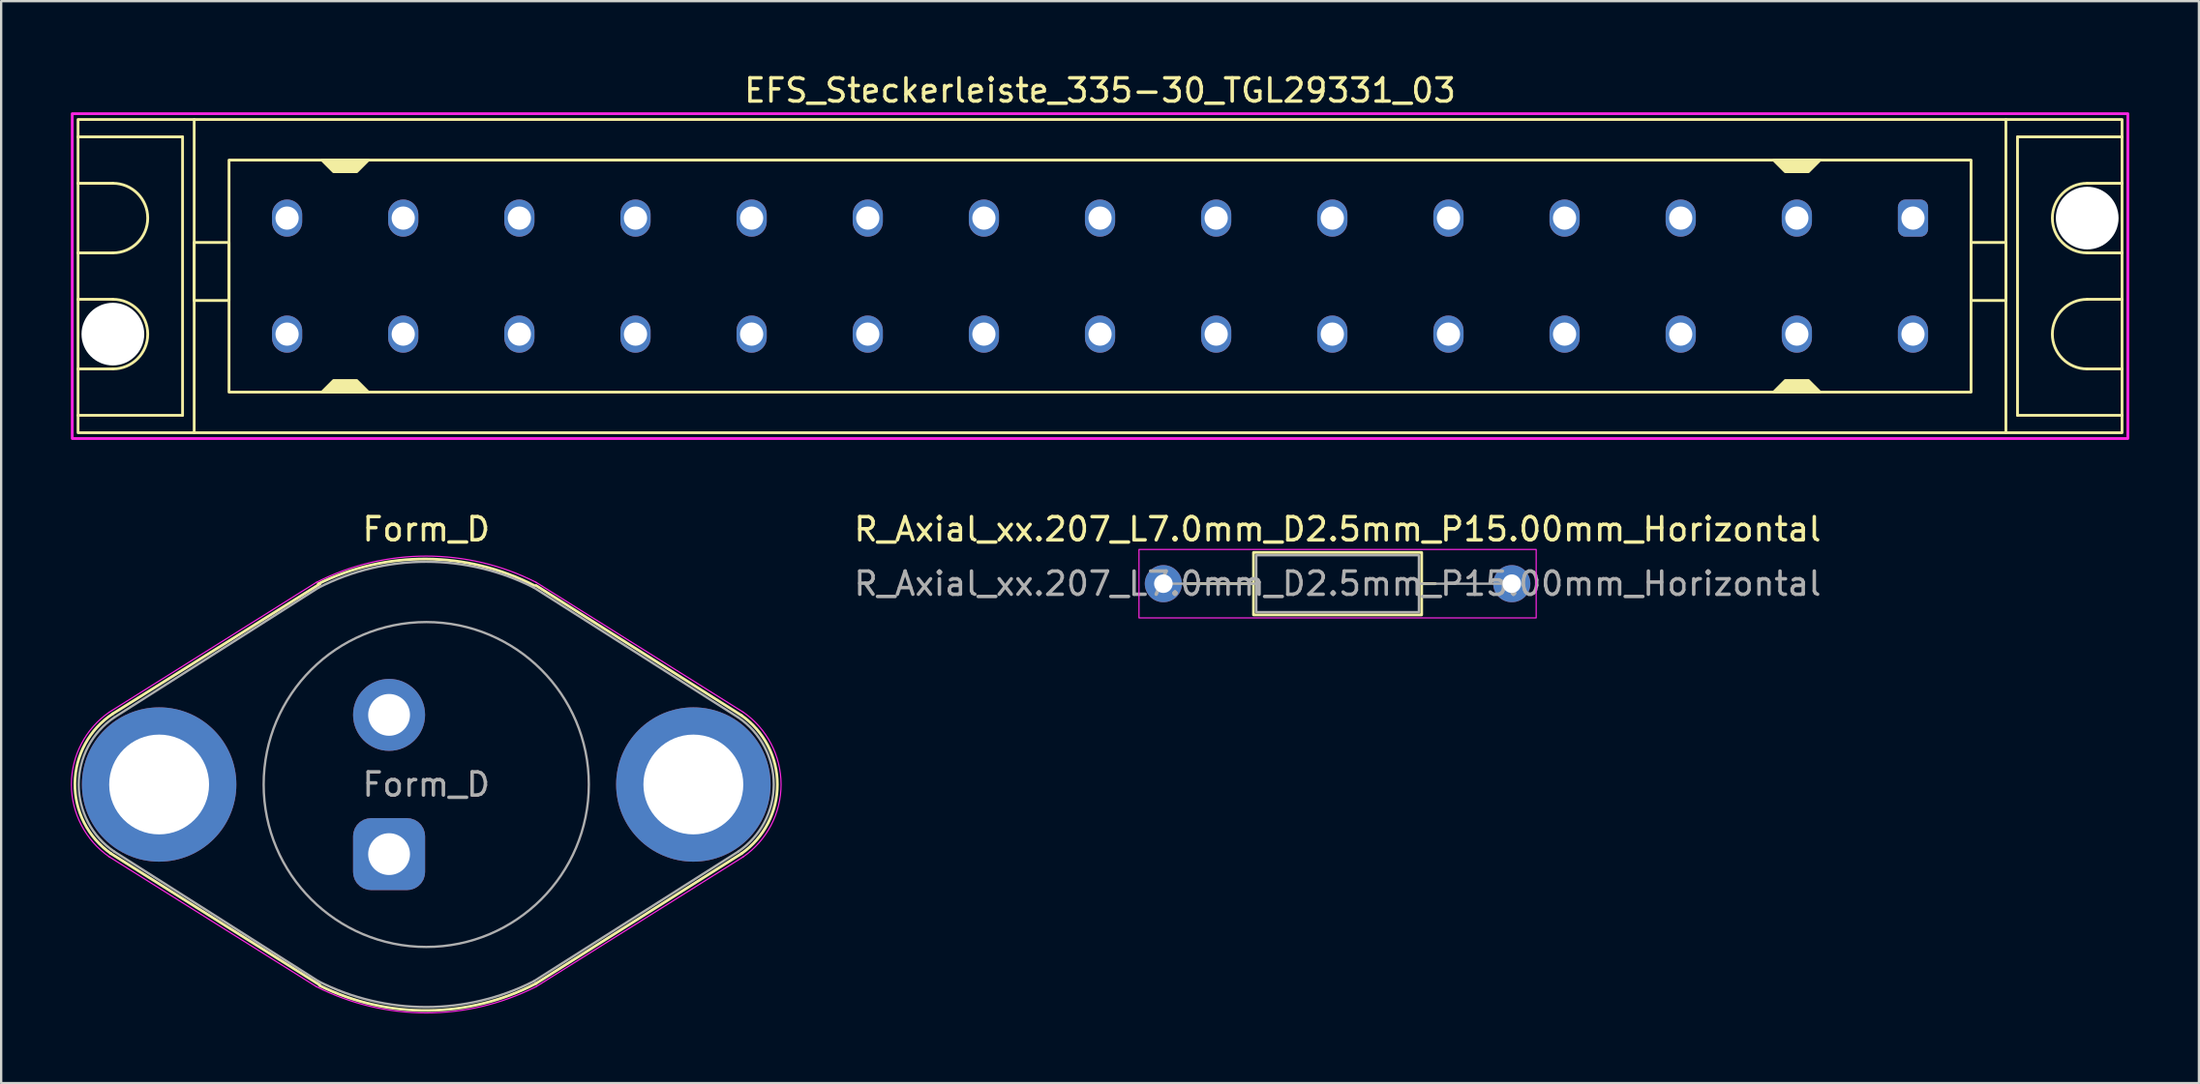
<source format=kicad_pcb>
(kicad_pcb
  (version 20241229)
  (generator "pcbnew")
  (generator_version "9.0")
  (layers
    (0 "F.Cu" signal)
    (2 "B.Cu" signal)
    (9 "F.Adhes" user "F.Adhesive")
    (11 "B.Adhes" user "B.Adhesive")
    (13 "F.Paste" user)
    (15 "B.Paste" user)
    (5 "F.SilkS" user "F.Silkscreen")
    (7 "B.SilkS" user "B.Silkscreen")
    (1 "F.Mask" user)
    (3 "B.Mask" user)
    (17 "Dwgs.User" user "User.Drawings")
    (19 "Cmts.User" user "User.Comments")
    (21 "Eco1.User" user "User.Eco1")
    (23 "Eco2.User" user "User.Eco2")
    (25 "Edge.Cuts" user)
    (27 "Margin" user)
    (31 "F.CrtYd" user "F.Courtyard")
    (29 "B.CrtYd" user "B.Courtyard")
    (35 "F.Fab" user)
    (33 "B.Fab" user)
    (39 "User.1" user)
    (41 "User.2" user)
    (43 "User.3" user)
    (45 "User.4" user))
  (footprint "Form_D"
    (layer "F.Cu")
    (at 15.301 30.756)
    (property "Reference" "Form_D" (at 0 -11 0) (layer "F.SilkS") (effects (font (size 1 1) (thickness 0.15))))
    (attr through_hole)
    (fp_line (start -4.575 -8.645) (end -13.5 -3.045) (stroke (width 0.12) (type solid)) (layer "F.SilkS"))
    (fp_line (start -4.575 8.645) (end -13.575 2.975) (stroke (width 0.12) (type solid)) (layer "F.SilkS"))
    (fp_line (start 4.725 -8.575) (end 13.575 -2.975) (stroke (width 0.12) (type solid)) (layer "F.SilkS"))
    (fp_line (start 4.725 8.575) (end 13.575 2.975) (stroke (width 0.12) (type solid)) (layer "F.SilkS"))
    (fp_arc (start -13.575 2.975) (mid -15.125958 -0.05479) (end -13.5 -3.045) (stroke (width 0.12) (type solid)) (layer "F.SilkS"))
    (fp_arc (start -4.65 -8.645) (mid 0.008321 -9.715559) (end 4.65 -8.575) (stroke (width 0.12) (type solid)) (layer "F.SilkS"))
    (fp_arc (start 4.725 8.575) (mid 0.076121 9.736623) (end -4.59375 8.6625) (stroke (width 0.12) (type solid)) (layer "F.SilkS"))
    (fp_arc (start 13.575 -2.975) (mid 15.116511 0) (end 13.575 2.975) (stroke (width 0.12) (type solid)) (layer "F.SilkS"))
    (fp_line (start -4.725 -8.715) (end -13.65 -3.115) (stroke (width 0.05) (type solid)) (layer "F.CrtYd"))
    (fp_line (start -4.725 8.715) (end -13.65 3.115) (stroke (width 0.05) (type solid)) (layer "F.CrtYd"))
    (fp_line (start 4.725 -8.715) (end 13.65 -3.115) (stroke (width 0.05) (type solid)) (layer "F.CrtYd"))
    (fp_line (start 4.725 8.715) (end 13.65 3.115) (stroke (width 0.05) (type solid)) (layer "F.CrtYd"))
    (fp_arc (start -13.65 3.115) (mid -15.276328 0) (end -13.65 -3.115) (stroke (width 0.05) (type solid)) (layer "F.CrtYd"))
    (fp_arc (start -4.725 -8.715) (mid 0 -9.842419) (end 4.725 -8.715) (stroke (width 0.05) (type solid)) (layer "F.CrtYd"))
    (fp_arc (start 4.725 8.715) (mid 0 9.842417) (end -4.725 8.715) (stroke (width 0.05) (type solid)) (layer "F.CrtYd"))
    (fp_arc (start 13.65 -3.115) (mid 15.276327 0) (end 13.65 3.115) (stroke (width 0.05) (type solid)) (layer "F.CrtYd"))
    (fp_line (start -4.635 -8.484) (end -13.432 -2.891) (stroke (width 0.1) (type solid)) (layer "F.Fab"))
    (fp_line (start -4.635 8.484) (end -13.432 2.891) (stroke (width 0.1) (type solid)) (layer "F.Fab"))
    (fp_line (start 4.635 -8.484) (end 13.432 -2.891) (stroke (width 0.1) (type solid)) (layer "F.Fab"))
    (fp_line (start 4.635 8.477) (end 13.432 2.891) (stroke (width 0.1) (type solid)) (layer "F.Fab"))
    (fp_arc (start -13.4325 2.891) (mid -14.962205 0) (end -13.4325 -2.891) (stroke (width 0.1) (type solid)) (layer "F.Fab"))
    (fp_arc (start -4.635 -8.484) (mid 0 -9.597496) (end 4.635 -8.484) (stroke (width 0.1) (type solid)) (layer "F.Fab"))
    (fp_arc (start 4.635 8.477) (mid 0.000838 9.590552) (end -4.635 8.484) (stroke (width 0.1) (type solid)) (layer "F.Fab"))
    (fp_arc (start 13.4325 -2.891) (mid 14.962202 0) (end 13.4325 2.891) (stroke (width 0.1) (type solid)) (layer "F.Fab"))
    (fp_circle (center -11.5 0) (end -9.5 0) (stroke (width 0.1) (type solid)) (fill no) (layer "F.Fab"))
    (fp_circle (center 0 0) (end 7 0) (stroke (width 0.1) (type solid)) (fill no) (layer "F.Fab"))
    (fp_circle (center 11.5 0) (end 13.5 0) (stroke (width 0.1) (type solid)) (fill no) (layer "F.Fab"))
    (fp_text user "${REFERENCE}" (at 0 0 0) (layer "F.Fab") (effects (font (size 1 1) (thickness 0.15))))
    (pad "1" thru_hole roundrect (at -1.6 3) (size 3.1 3.1) (drill 1.8) (layers "*.Cu" "*.Mask") (roundrect_rratio 0.25))
    (pad "2" thru_hole circle (at -1.6 -3) (size 3.1 3.1) (drill 1.8) (layers "*.Cu" "*.Mask"))
    (pad "3" thru_hole circle (at -11.5 0) (size 6.65 6.65) (drill 4.3) (layers "*.Cu" "*.Mask"))
    (pad "3" thru_hole circle (at 11.5 0) (size 6.65 6.65) (drill 4.3) (layers "*.Cu" "*.Mask")))
  (footprint "EFS_Steckerleiste_335-30_TGL29331_03"
    (layer "F.Cu")
    (at 44.31 8.848)
    (property "Reference" "EFS_Steckerleiste_335-30_TGL29331_03" (at 0 -8 180) (layer "F.SilkS") (effects (font (size 1 1) (thickness 0.15))))
    (attr through_hole)
    (fp_line (start -44 -6) (end -39.5 -6) (stroke (width 0.12) (type solid)) (layer "F.SilkS"))
    (fp_line (start -42.5 -4) (end -44 -4) (stroke (width 0.12) (type solid)) (layer "F.SilkS"))
    (fp_line (start -42.5 -1) (end -44 -1) (stroke (width 0.12) (type solid)) (layer "F.SilkS"))
    (fp_line (start -42.5 1) (end -44 1) (stroke (width 0.12) (type solid)) (layer "F.SilkS"))
    (fp_line (start -42.5 4) (end -44 4) (stroke (width 0.12) (type solid)) (layer "F.SilkS"))
    (fp_line (start -39.5 -6) (end -39.5 6) (stroke (width 0.12) (type solid)) (layer "F.SilkS"))
    (fp_line (start -39.5 6) (end -44 6) (stroke (width 0.12) (type solid)) (layer "F.SilkS"))
    (fp_line (start -39 6.75) (end -39 -6.75) (stroke (width 0.12) (type solid)) (layer "F.SilkS"))
    (fp_line (start 39 6.75) (end 39 -6.75) (stroke (width 0.12) (type solid)) (layer "F.SilkS"))
    (fp_line (start 39.5 -6) (end 39.5 6) (stroke (width 0.12) (type solid)) (layer "F.SilkS"))
    (fp_line (start 39.5 6) (end 44 6) (stroke (width 0.12) (type solid)) (layer "F.SilkS"))
    (fp_line (start 42.5 -4) (end 44 -4) (stroke (width 0.12) (type solid)) (layer "F.SilkS"))
    (fp_line (start 42.5 -1) (end 44 -1) (stroke (width 0.12) (type solid)) (layer "F.SilkS"))
    (fp_line (start 42.5 1) (end 44 1) (stroke (width 0.12) (type solid)) (layer "F.SilkS"))
    (fp_line (start 42.5 4) (end 44 4) (stroke (width 0.12) (type solid)) (layer "F.SilkS"))
    (fp_line (start 44 -6) (end 39.5 -6) (stroke (width 0.12) (type solid)) (layer "F.SilkS"))
    (fp_rect (start -44 -6.75) (end 44 6.75) (stroke (width 0.12) (type solid)) (fill no) (layer "F.SilkS"))
    (fp_rect (start -37.5 -5) (end 37.5 5) (stroke (width 0.12) (type solid)) (fill no) (layer "F.SilkS"))
    (fp_rect (start -37.5 -1.45) (end -39 1.05) (stroke (width 0.12) (type solid)) (fill no) (layer "F.SilkS"))
    (fp_rect (start 39 -1.45) (end 37.5 1.05) (stroke (width 0.12) (type solid)) (fill no) (layer "F.SilkS"))
    (fp_arc (start -42.5 -4) (mid -41 -2.5) (end -42.5 -1) (stroke (width 0.12) (type solid)) (layer "F.SilkS"))
    (fp_arc (start -42.5 1) (mid -41 2.5) (end -42.5 4) (stroke (width 0.12) (type solid)) (layer "F.SilkS"))
    (fp_arc (start 42.5 -1) (mid 41 -2.5) (end 42.5 -4) (stroke (width 0.12) (type solid)) (layer "F.SilkS"))
    (fp_arc (start 42.5 4) (mid 41 2.5) (end 42.5 1) (stroke (width 0.12) (type solid)) (layer "F.SilkS"))
    (fp_poly (pts (xy -33 4.5) (xy -32 4.5) (xy -31.5 5) (xy -33.5 5)) (stroke (width 0.12) (type solid)) (fill yes) (layer "F.SilkS"))
    (fp_poly (pts (xy -32 -4.5) (xy -33 -4.5) (xy -33.5 -5) (xy -31.5 -5)) (stroke (width 0.12) (type solid)) (fill yes) (layer "F.SilkS"))
    (fp_poly (pts (xy 29.5 4.5) (xy 30.5 4.5) (xy 31 5) (xy 29 5)) (stroke (width 0.12) (type solid)) (fill yes) (layer "F.SilkS"))
    (fp_poly (pts (xy 30.5 -4.5) (xy 29.5 -4.5) (xy 29 -5) (xy 31 -5)) (stroke (width 0.12) (type solid)) (fill yes) (layer "F.SilkS"))
    (fp_rect (start -44.25 -7) (end 44.25 7) (stroke (width 0.12) (type solid)) (fill no) (layer "F.CrtYd"))
    (pad "" np_thru_hole circle (at -42.5 2.5) (size 2.7 2.7) (drill 2.7) (layers "*.Cu" "*.Mask"))
    (pad "" np_thru_hole circle (at 42.5 -2.5) (size 2.7 2.7) (drill 2.7) (layers "*.Cu" "*.Mask"))
    (pad "1a" thru_hole roundrect (at 35 -2.5) (size 1.3 1.6) (drill 1) (layers "*.Cu" "*.Mask") (roundrect_rratio 0.25))
    (pad "1c" thru_hole oval (at 35 2.5) (size 1.3 1.6) (drill 1) (layers "*.Cu" "*.Mask"))
    (pad "2a" thru_hole oval (at 30 -2.5) (size 1.3 1.6) (drill 1) (layers "*.Cu" "*.Mask"))
    (pad "2c" thru_hole oval (at 30 2.5) (size 1.3 1.6) (drill 1) (layers "*.Cu" "*.Mask"))
    (pad "3a" thru_hole oval (at 25 -2.5) (size 1.3 1.6) (drill 1) (layers "*.Cu" "*.Mask"))
    (pad "3c" thru_hole oval (at 25 2.5) (size 1.3 1.6) (drill 1) (layers "*.Cu" "*.Mask"))
    (pad "4a" thru_hole oval (at 20 -2.5) (size 1.3 1.6) (drill 1) (layers "*.Cu" "*.Mask"))
    (pad "4c" thru_hole oval (at 20 2.5) (size 1.3 1.6) (drill 1) (layers "*.Cu" "*.Mask"))
    (pad "5a" thru_hole oval (at 15 -2.5) (size 1.3 1.6) (drill 1) (layers "*.Cu" "*.Mask"))
    (pad "5c" thru_hole oval (at 15 2.5) (size 1.3 1.6) (drill 1) (layers "*.Cu" "*.Mask"))
    (pad "6a" thru_hole oval (at 10 -2.5) (size 1.3 1.6) (drill 1) (layers "*.Cu" "*.Mask"))
    (pad "6c" thru_hole oval (at 10 2.5) (size 1.3 1.6) (drill 1) (layers "*.Cu" "*.Mask"))
    (pad "7a" thru_hole oval (at 5 -2.5) (size 1.3 1.6) (drill 1) (layers "*.Cu" "*.Mask"))
    (pad "7c" thru_hole oval (at 5 2.5) (size 1.3 1.6) (drill 1) (layers "*.Cu" "*.Mask"))
    (pad "8a" thru_hole oval (at 0 -2.5) (size 1.3 1.6) (drill 1) (layers "*.Cu" "*.Mask"))
    (pad "8c" thru_hole oval (at 0 2.5) (size 1.3 1.6) (drill 1) (layers "*.Cu" "*.Mask"))
    (pad "9a" thru_hole oval (at -5 -2.5) (size 1.3 1.6) (drill 1) (layers "*.Cu" "*.Mask"))
    (pad "9c" thru_hole oval (at -5 2.5) (size 1.3 1.6) (drill 1) (layers "*.Cu" "*.Mask"))
    (pad "10a" thru_hole oval (at -10 -2.5) (size 1.3 1.6) (drill 1) (layers "*.Cu" "*.Mask"))
    (pad "10c" thru_hole oval (at -10 2.5) (size 1.3 1.6) (drill 1) (layers "*.Cu" "*.Mask"))
    (pad "11a" thru_hole oval (at -15 -2.5) (size 1.3 1.6) (drill 1) (layers "*.Cu" "*.Mask"))
    (pad "11c" thru_hole oval (at -15 2.5) (size 1.3 1.6) (drill 1) (layers "*.Cu" "*.Mask"))
    (pad "12a" thru_hole oval (at -20 -2.5) (size 1.3 1.6) (drill 1) (layers "*.Cu" "*.Mask"))
    (pad "12c" thru_hole oval (at -20 2.5) (size 1.3 1.6) (drill 1) (layers "*.Cu" "*.Mask"))
    (pad "13a" thru_hole oval (at -25 -2.5) (size 1.3 1.6) (drill 1) (layers "*.Cu" "*.Mask"))
    (pad "13c" thru_hole oval (at -25 2.5) (size 1.3 1.6) (drill 1) (layers "*.Cu" "*.Mask"))
    (pad "14a" thru_hole oval (at -30 -2.5) (size 1.3 1.6) (drill 1) (layers "*.Cu" "*.Mask"))
    (pad "14c" thru_hole oval (at -30 2.5) (size 1.3 1.6) (drill 1) (layers "*.Cu" "*.Mask"))
    (pad "15a" thru_hole oval (at -35 -2.5) (size 1.3 1.6) (drill 1) (layers "*.Cu" "*.Mask"))
    (pad "15c" thru_hole oval (at -35 2.5) (size 1.3 1.6) (drill 1) (layers "*.Cu" "*.Mask")))
  (footprint "R_Axial_xx.207_L7.0mm_D2.5mm_P15.00mm_Horizontal"
    (layer "F.Cu")
    (at 47.037 22.102)
    (property "Reference" "R_Axial_xx.207_L7.0mm_D2.5mm_P15.00mm_Horizontal" (at 7.5 -2.345 0) (layer "F.SilkS") (effects (font (size 1 1) (thickness 0.15))))
    (attr through_hole)
    (fp_line (start 1.04 0) (end 3.88 0) (stroke (width 0.12) (type solid)) (layer "F.SilkS"))
    (fp_line (start 11.71 0) (end 11.12 0) (stroke (width 0.12) (type solid)) (layer "F.SilkS"))
    (fp_rect (start 3.88 -1.345) (end 11.12 1.345) (stroke (width 0.12) (type solid)) (fill no) (layer "F.SilkS"))
    (fp_rect (start -1.05 -1.475) (end 16.05 1.475) (stroke (width 0.05) (type solid)) (fill no) (layer "F.CrtYd"))
    (fp_line (start 0 0) (end 4 0) (stroke (width 0.1) (type solid)) (layer "F.Fab"))
    (fp_line (start 15 0) (end 11 0) (stroke (width 0.1) (type solid)) (layer "F.Fab"))
    (fp_rect (start 4 -1.225) (end 11 1.225) (stroke (width 0.1) (type solid)) (fill no) (layer "F.Fab"))
    (fp_text user "${REFERENCE}" (at 7.5 0 0) (layer "F.Fab") (effects (font (size 1 1) (thickness 0.15))))
    (pad "1" thru_hole circle (at 0 0) (size 1.6 1.6) (drill 0.8) (layers "*.Cu" "*.Mask"))
    (pad "2" thru_hole oval (at 15 0) (size 1.6 1.6) (drill 0.8) (layers "*.Cu" "*.Mask")))
  (gr_rect
    (start -3 -3)
    (end 91.62 43.624)
    (stroke (width 0.1) (type default))
    (fill no)
    (layer "Edge.Cuts")))
</source>
